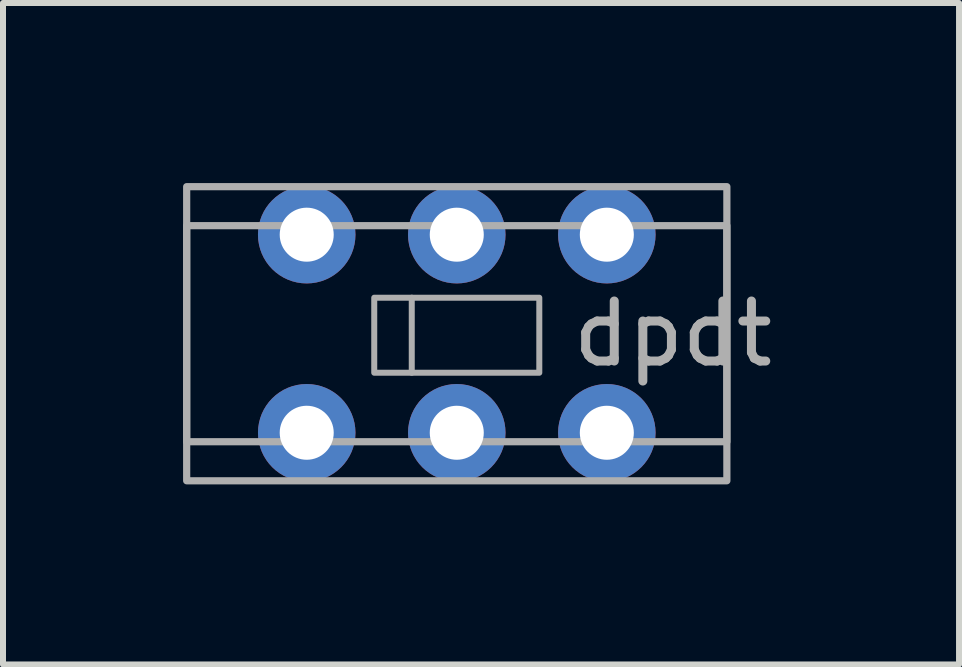
<source format=kicad_pcb>
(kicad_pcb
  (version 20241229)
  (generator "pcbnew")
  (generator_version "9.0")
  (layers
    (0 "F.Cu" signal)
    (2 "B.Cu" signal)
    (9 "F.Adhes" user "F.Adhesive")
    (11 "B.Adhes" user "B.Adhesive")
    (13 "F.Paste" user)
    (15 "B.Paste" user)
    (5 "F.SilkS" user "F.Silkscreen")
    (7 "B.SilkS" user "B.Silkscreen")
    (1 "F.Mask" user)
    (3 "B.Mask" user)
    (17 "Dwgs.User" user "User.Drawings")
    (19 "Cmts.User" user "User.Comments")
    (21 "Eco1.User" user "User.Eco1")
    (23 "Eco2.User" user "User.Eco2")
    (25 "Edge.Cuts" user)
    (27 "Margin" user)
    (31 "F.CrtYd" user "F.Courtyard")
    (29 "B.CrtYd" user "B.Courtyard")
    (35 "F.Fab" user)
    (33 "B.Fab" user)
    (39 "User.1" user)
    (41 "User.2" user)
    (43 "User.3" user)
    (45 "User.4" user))
  (footprint "dpdt"
    (layer "F.Cu")
    (at 4.56 2.56)
    (property "Reference" "dpdt" (at 3.6 -0.05 0) (unlocked yes) (layer "F.Fab") (effects (font (size 1 1) (thickness 0.15))))
    (attr through_hole)
    (fp_line (start -0.75 -0.65) (end -0.75 0.6) (stroke (width 0.1) (type solid)) (layer "F.Fab"))
    (fp_rect (start -1.375 -0.65) (end 1.375 0.6) (stroke (width 0.1) (type solid)) (fill no) (layer "F.Fab"))
    (fp_rect (start 4.5 1.75) (end -4.5 -1.85) (stroke (width 0.12) (type solid)) (fill no) (layer "F.Fab"))
    (fp_rect (start 4.5 2.4) (end -4.5 -2.5) (stroke (width 0.12) (type solid)) (fill no) (layer "F.Fab"))
    (pad "1" thru_hole circle (at -2.5 1.6) (size 1.624 1.624) (drill 0.9) (layers "*.Cu" "*.Mask"))
    (pad "2" thru_hole circle (at 0 1.6) (size 1.624 1.624) (drill 0.9) (layers "*.Cu" "*.Mask"))
    (pad "3" thru_hole circle (at 2.5 1.6) (size 1.624 1.624) (drill 0.9) (layers "*.Cu" "*.Mask"))
    (pad "4" thru_hole circle (at -2.5 -1.7) (size 1.624 1.624) (drill 0.9) (layers "*.Cu" "*.Mask"))
    (pad "5" thru_hole circle (at 0 -1.7) (size 1.624 1.624) (drill 0.9) (layers "*.Cu" "*.Mask"))
    (pad "6" thru_hole circle (at 2.5 -1.7) (size 1.624 1.624) (drill 0.9) (layers "*.Cu" "*.Mask")))
  (gr_rect
    (start -3 -3)
    (end 12.928 8.02)
    (stroke (width 0.1) (type default))
    (fill no)
    (layer "Edge.Cuts")))
</source>
